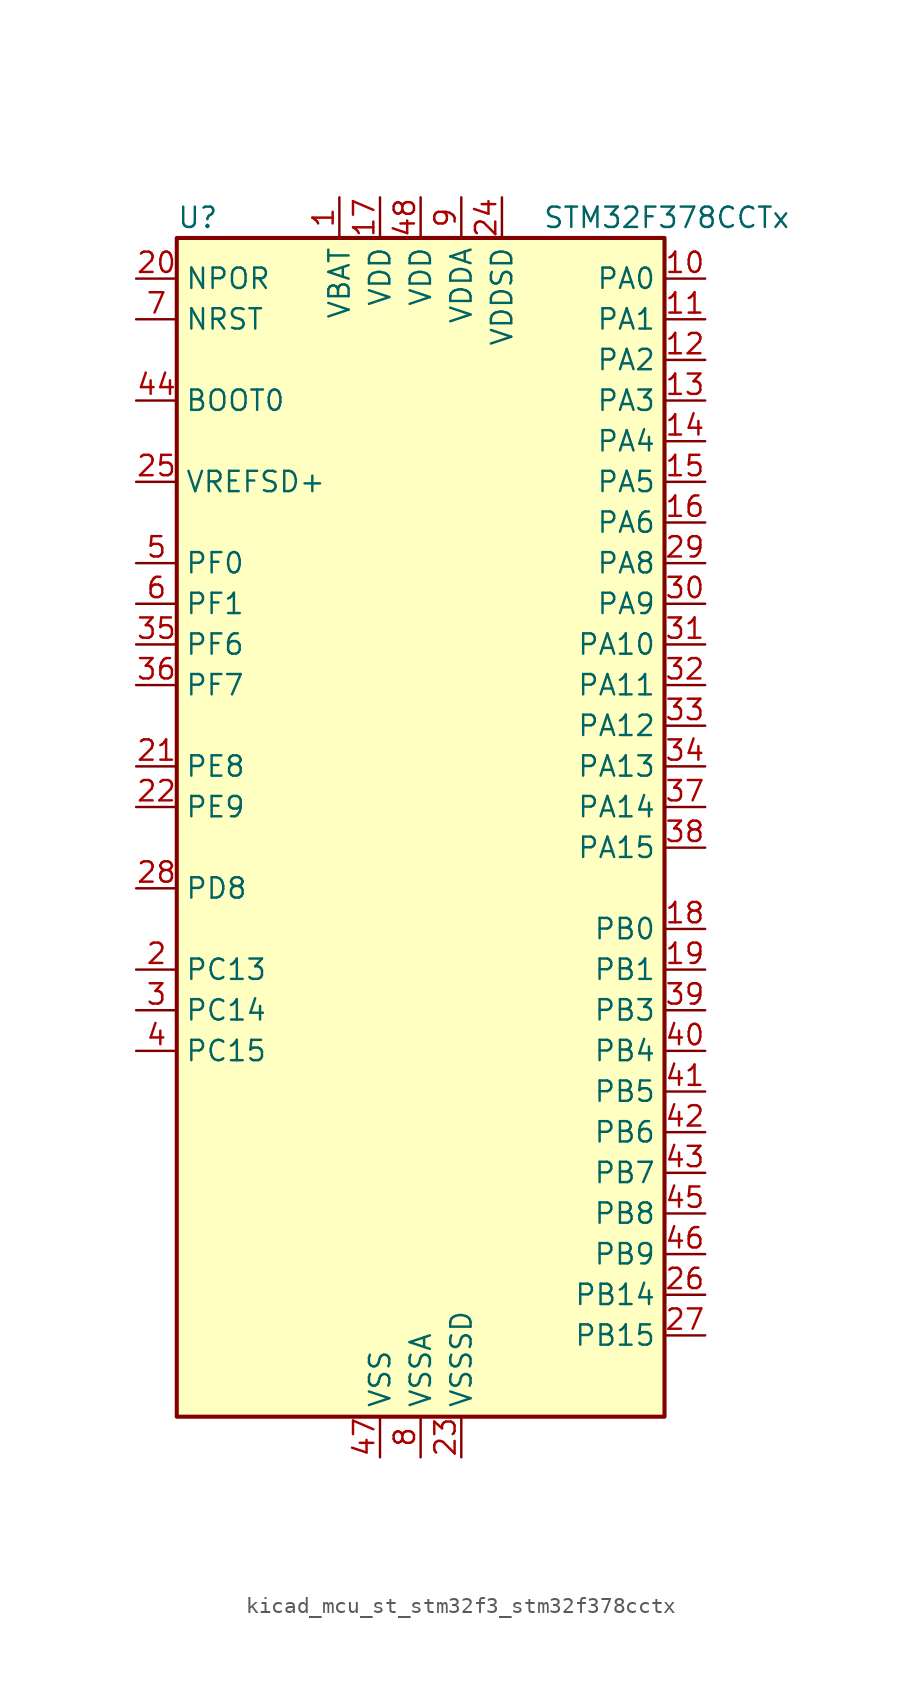
<source format=kicad_sym>
(kicad_symbol_lib
  (version 20220914)
  (generator kicad_symbol_editor)
  (symbol "kicad_mcu_st_stm32f3_stm32f378cctx"
    (property "Reference" "U"
      (at -15.24 39.37 0)
      (effects (font (size 1.27 1.27)) (justify left)))
    (property "Value" "STM32F378CCTx"
      (at 7.62 39.37 0)
      (effects (font (size 1.27 1.27)) (justify left)))
    (property "ki_locked" ""
      (at 0 0 0)
      (effects (font (size 1.27 1.27))))
    (symbol "kicad_mcu_st_stm32f3_stm32f378cctx_0_1"
      (rectangle (start -15.24 -35.56) (end 15.24 38.1) (stroke (width 0.254) (type default)) (fill (type background))))
    (symbol "kicad_mcu_st_stm32f3_stm32f378cctx_1_1"
      (pin power_in line (at -5.08 40.64 270) (length 2.54) (name "VBAT" (effects (font (size 1.27 1.27)))) (number "1" (effects (font (size 1.27 1.27)))))
      (pin bidirectional line (at 17.78 35.56 180) (length 2.54) (name "PA0" (effects (font (size 1.27 1.27)))) (number "10" (effects (font (size 1.27 1.27)))) (alternate "ADC1_IN0" bidirectional line) (alternate "COMP1_INM" bidirectional line) (alternate "COMP1_OUT" bidirectional line) (alternate "RTC_TAMP2" bidirectional line) (alternate "SYS_WKUP1" bidirectional line) (alternate "TIM19_CH1" bidirectional line) (alternate "TIM2_CH1" bidirectional line) (alternate "TIM2_ETR" bidirectional line) (alternate "TIM5_CH1" bidirectional line) (alternate "TIM5_ETR" bidirectional line) (alternate "TSC_G1_IO1" bidirectional line) (alternate "USART2_CTS" bidirectional line))
      (pin bidirectional line (at 17.78 33.02 180) (length 2.54) (name "PA1" (effects (font (size 1.27 1.27)))) (number "11" (effects (font (size 1.27 1.27)))) (alternate "ADC1_IN1" bidirectional line) (alternate "COMP1_INP" bidirectional line) (alternate "I2S3_CK" bidirectional line) (alternate "RTC_REFIN" bidirectional line) (alternate "SPI3_SCK" bidirectional line) (alternate "TIM15_CH1N" bidirectional line) (alternate "TIM19_CH2" bidirectional line) (alternate "TIM2_CH2" bidirectional line) (alternate "TIM5_CH2" bidirectional line) (alternate "TSC_G1_IO2" bidirectional line) (alternate "USART2_DE" bidirectional line) (alternate "USART2_RTS" bidirectional line))
      (pin bidirectional line (at 17.78 30.48 180) (length 2.54) (name "PA2" (effects (font (size 1.27 1.27)))) (number "12" (effects (font (size 1.27 1.27)))) (alternate "ADC1_IN2" bidirectional line) (alternate "COMP2_INM" bidirectional line) (alternate "COMP2_OUT" bidirectional line) (alternate "I2S3_MCK" bidirectional line) (alternate "SPI3_MISO" bidirectional line) (alternate "TIM15_CH1" bidirectional line) (alternate "TIM19_CH3" bidirectional line) (alternate "TIM2_CH3" bidirectional line) (alternate "TIM5_CH3" bidirectional line) (alternate "TSC_G1_IO3" bidirectional line) (alternate "USART2_TX" bidirectional line))
      (pin bidirectional line (at 17.78 27.94 180) (length 2.54) (name "PA3" (effects (font (size 1.27 1.27)))) (number "13" (effects (font (size 1.27 1.27)))) (alternate "ADC1_IN3" bidirectional line) (alternate "COMP2_INP" bidirectional line) (alternate "I2S3_SD" bidirectional line) (alternate "SPI3_MOSI" bidirectional line) (alternate "TIM15_CH2" bidirectional line) (alternate "TIM19_CH4" bidirectional line) (alternate "TIM2_CH4" bidirectional line) (alternate "TIM5_CH4" bidirectional line) (alternate "TSC_G1_IO4" bidirectional line) (alternate "USART2_RX" bidirectional line))
      (pin bidirectional line (at 17.78 25.4 180) (length 2.54) (name "PA4" (effects (font (size 1.27 1.27)))) (number "14" (effects (font (size 1.27 1.27)))) (alternate "ADC1_IN4" bidirectional line) (alternate "DAC1_OUT1" bidirectional line) (alternate "I2S1_WS" bidirectional line) (alternate "I2S3_WS" bidirectional line) (alternate "SPI1_NSS" bidirectional line) (alternate "SPI3_NSS" bidirectional line) (alternate "TIM12_CH1" bidirectional line) (alternate "TIM3_CH2" bidirectional line) (alternate "TSC_G2_IO1" bidirectional line) (alternate "USART2_CK" bidirectional line))
      (pin bidirectional line (at 17.78 22.86 180) (length 2.54) (name "PA5" (effects (font (size 1.27 1.27)))) (number "15" (effects (font (size 1.27 1.27)))) (alternate "ADC1_IN5" bidirectional line) (alternate "CEC" bidirectional line) (alternate "DAC1_OUT2" bidirectional line) (alternate "I2S1_CK" bidirectional line) (alternate "SPI1_SCK" bidirectional line) (alternate "TIM12_CH2" bidirectional line) (alternate "TIM14_CH1" bidirectional line) (alternate "TIM2_CH1" bidirectional line) (alternate "TIM2_ETR" bidirectional line) (alternate "TSC_G2_IO2" bidirectional line))
      (pin bidirectional line (at 17.78 20.32 180) (length 2.54) (name "PA6" (effects (font (size 1.27 1.27)))) (number "16" (effects (font (size 1.27 1.27)))) (alternate "ADC1_IN6" bidirectional line) (alternate "COMP1_OUT" bidirectional line) (alternate "DAC2_OUT1" bidirectional line) (alternate "I2S1_MCK" bidirectional line) (alternate "SPI1_MISO" bidirectional line) (alternate "TIM13_CH1" bidirectional line) (alternate "TIM16_CH1" bidirectional line) (alternate "TIM3_CH1" bidirectional line) (alternate "TSC_G2_IO3" bidirectional line))
      (pin power_in line (at -2.54 40.64 270) (length 2.54) (name "VDD" (effects (font (size 1.27 1.27)))) (number "17" (effects (font (size 1.27 1.27)))))
      (pin bidirectional line (at 17.78 -5.08 180) (length 2.54) (name "PB0" (effects (font (size 1.27 1.27)))) (number "18" (effects (font (size 1.27 1.27)))) (alternate "ADC1_IN8" bidirectional line) (alternate "I2S1_SD" bidirectional line) (alternate "SDADC1_AIN6P" bidirectional line) (alternate "SPI1_MOSI" bidirectional line) (alternate "TIM3_CH2" bidirectional line) (alternate "TIM3_CH3" bidirectional line) (alternate "TSC_G3_IO3" bidirectional line))
      (pin bidirectional line (at 17.78 -7.62 180) (length 2.54) (name "PB1" (effects (font (size 1.27 1.27)))) (number "19" (effects (font (size 1.27 1.27)))) (alternate "ADC1_IN9" bidirectional line) (alternate "SDADC1_AIN5P" bidirectional line) (alternate "SDADC1_AIN6M" bidirectional line) (alternate "TIM3_CH4" bidirectional line) (alternate "TSC_G3_IO4" bidirectional line))
      (pin bidirectional line (at -17.78 -7.62 0) (length 2.54) (name "PC13" (effects (font (size 1.27 1.27)))) (number "2" (effects (font (size 1.27 1.27)))) (alternate "RTC_OUT_ALARM" bidirectional line) (alternate "RTC_OUT_CALIB" bidirectional line) (alternate "RTC_TAMP1" bidirectional line) (alternate "RTC_TS" bidirectional line) (alternate "SYS_WKUP2" bidirectional line))
      (pin input line (at -17.78 35.56 0) (length 2.54) (name "NPOR" (effects (font (size 1.27 1.27)))) (number "20" (effects (font (size 1.27 1.27)))))
      (pin bidirectional line (at -17.78 5.08 0) (length 2.54) (name "PE8" (effects (font (size 1.27 1.27)))) (number "21" (effects (font (size 1.27 1.27)))) (alternate "SDADC1_AIN8P" bidirectional line) (alternate "SDADC2_AIN8P" bidirectional line))
      (pin bidirectional line (at -17.78 2.54 0) (length 2.54) (name "PE9" (effects (font (size 1.27 1.27)))) (number "22" (effects (font (size 1.27 1.27)))) (alternate "DAC1_EXTI9" bidirectional line) (alternate "DAC2_EXTI9" bidirectional line) (alternate "SDADC1_AIN7P" bidirectional line) (alternate "SDADC1_AIN8M" bidirectional line) (alternate "SDADC2_AIN7P" bidirectional line) (alternate "SDADC2_AIN8M" bidirectional line))
      (pin power_in line (at 2.54 -38.1 90) (length 2.54) (name "VSSSD" (effects (font (size 1.27 1.27)))) (number "23" (effects (font (size 1.27 1.27)))))
      (pin power_in line (at 5.08 40.64 270) (length 2.54) (name "VDDSD" (effects (font (size 1.27 1.27)))) (number "24" (effects (font (size 1.27 1.27)))))
      (pin input line (at -17.78 22.86 0) (length 2.54) (name "VREFSD+" (effects (font (size 1.27 1.27)))) (number "25" (effects (font (size 1.27 1.27)))))
      (pin bidirectional line (at 17.78 -27.94 180) (length 2.54) (name "PB14" (effects (font (size 1.27 1.27)))) (number "26" (effects (font (size 1.27 1.27)))) (alternate "I2S2_MCK" bidirectional line) (alternate "SDADC3_AIN8P" bidirectional line) (alternate "SPI2_MISO" bidirectional line) (alternate "TIM12_CH1" bidirectional line) (alternate "TIM15_CH1" bidirectional line) (alternate "TSC_G6_IO1" bidirectional line) (alternate "USART3_DE" bidirectional line) (alternate "USART3_RTS" bidirectional line))
      (pin bidirectional line (at 17.78 -30.48 180) (length 2.54) (name "PB15" (effects (font (size 1.27 1.27)))) (number "27" (effects (font (size 1.27 1.27)))) (alternate "ADC1_EXTI15" bidirectional line) (alternate "I2S2_SD" bidirectional line) (alternate "RTC_REFIN" bidirectional line) (alternate "SDADC1_EXTI15" bidirectional line) (alternate "SDADC2_EXTI15" bidirectional line) (alternate "SDADC3_AIN7P" bidirectional line) (alternate "SDADC3_AIN8M" bidirectional line) (alternate "SDADC3_EXTI15" bidirectional line) (alternate "SPI2_MOSI" bidirectional line) (alternate "TIM12_CH2" bidirectional line) (alternate "TIM15_CH1N" bidirectional line) (alternate "TIM15_CH2" bidirectional line) (alternate "TSC_G6_IO2" bidirectional line))
      (pin bidirectional line (at -17.78 -2.54 0) (length 2.54) (name "PD8" (effects (font (size 1.27 1.27)))) (number "28" (effects (font (size 1.27 1.27)))) (alternate "I2S2_CK" bidirectional line) (alternate "SDADC3_AIN6P" bidirectional line) (alternate "SPI2_SCK" bidirectional line) (alternate "TSC_G6_IO3" bidirectional line) (alternate "USART3_TX" bidirectional line))
      (pin bidirectional line (at 17.78 17.78 180) (length 2.54) (name "PA8" (effects (font (size 1.27 1.27)))) (number "29" (effects (font (size 1.27 1.27)))) (alternate "I2C2_SMBA" bidirectional line) (alternate "I2S2_CK" bidirectional line) (alternate "RCC_MCO" bidirectional line) (alternate "SPI2_SCK" bidirectional line) (alternate "TIM4_ETR" bidirectional line) (alternate "TIM5_CH1" bidirectional line) (alternate "TIM5_ETR" bidirectional line) (alternate "USART1_CK" bidirectional line))
      (pin bidirectional line (at -17.78 -10.16 0) (length 2.54) (name "PC14" (effects (font (size 1.27 1.27)))) (number "3" (effects (font (size 1.27 1.27)))) (alternate "RCC_OSC32_IN" bidirectional line))
      (pin bidirectional line (at 17.78 15.24 180) (length 2.54) (name "PA9" (effects (font (size 1.27 1.27)))) (number "30" (effects (font (size 1.27 1.27)))) (alternate "DAC1_EXTI9" bidirectional line) (alternate "DAC2_EXTI9" bidirectional line) (alternate "I2C2_SCL" bidirectional line) (alternate "I2S2_MCK" bidirectional line) (alternate "SPI2_MISO" bidirectional line) (alternate "TIM13_CH1" bidirectional line) (alternate "TIM15_BKIN" bidirectional line) (alternate "TIM2_CH3" bidirectional line) (alternate "TSC_G4_IO1" bidirectional line) (alternate "USART1_TX" bidirectional line))
      (pin bidirectional line (at 17.78 12.7 180) (length 2.54) (name "PA10" (effects (font (size 1.27 1.27)))) (number "31" (effects (font (size 1.27 1.27)))) (alternate "I2C2_SDA" bidirectional line) (alternate "I2S2_SD" bidirectional line) (alternate "SPI2_MOSI" bidirectional line) (alternate "TIM14_CH1" bidirectional line) (alternate "TIM17_BKIN" bidirectional line) (alternate "TIM2_CH4" bidirectional line) (alternate "TSC_G4_IO2" bidirectional line) (alternate "USART1_RX" bidirectional line))
      (pin bidirectional line (at 17.78 10.16 180) (length 2.54) (name "PA11" (effects (font (size 1.27 1.27)))) (number "32" (effects (font (size 1.27 1.27)))) (alternate "ADC1_EXTI11" bidirectional line) (alternate "CAN_RX" bidirectional line) (alternate "COMP1_OUT" bidirectional line) (alternate "I2S1_WS" bidirectional line) (alternate "I2S2_WS" bidirectional line) (alternate "SDADC1_EXTI11" bidirectional line) (alternate "SDADC2_EXTI11" bidirectional line) (alternate "SDADC3_EXTI11" bidirectional line) (alternate "SPI1_NSS" bidirectional line) (alternate "SPI2_NSS" bidirectional line) (alternate "TIM4_CH1" bidirectional line) (alternate "TIM5_CH2" bidirectional line) (alternate "USART1_CTS" bidirectional line))
      (pin bidirectional line (at 17.78 7.62 180) (length 2.54) (name "PA12" (effects (font (size 1.27 1.27)))) (number "33" (effects (font (size 1.27 1.27)))) (alternate "CAN_TX" bidirectional line) (alternate "COMP2_OUT" bidirectional line) (alternate "I2S1_CK" bidirectional line) (alternate "SPI1_SCK" bidirectional line) (alternate "TIM16_CH1" bidirectional line) (alternate "TIM4_CH2" bidirectional line) (alternate "TIM5_CH3" bidirectional line) (alternate "USART1_DE" bidirectional line) (alternate "USART1_RTS" bidirectional line))
      (pin bidirectional line (at 17.78 5.08 180) (length 2.54) (name "PA13" (effects (font (size 1.27 1.27)))) (number "34" (effects (font (size 1.27 1.27)))) (alternate "I2S1_MCK" bidirectional line) (alternate "IR_OUT" bidirectional line) (alternate "SPI1_MISO" bidirectional line) (alternate "SYS_JTMS-SWDIO" bidirectional line) (alternate "TIM16_CH1N" bidirectional line) (alternate "TIM4_CH3" bidirectional line) (alternate "TIM5_CH4" bidirectional line) (alternate "TSC_G4_IO3" bidirectional line) (alternate "USART3_CTS" bidirectional line))
      (pin bidirectional line (at -17.78 12.7 0) (length 2.54) (name "PF6" (effects (font (size 1.27 1.27)))) (number "35" (effects (font (size 1.27 1.27)))) (alternate "I2C2_SCL" bidirectional line) (alternate "I2S1_SD" bidirectional line) (alternate "SPI1_MOSI" bidirectional line) (alternate "TIM4_CH4" bidirectional line) (alternate "USART3_DE" bidirectional line) (alternate "USART3_RTS" bidirectional line))
      (pin bidirectional line (at -17.78 10.16 0) (length 2.54) (name "PF7" (effects (font (size 1.27 1.27)))) (number "36" (effects (font (size 1.27 1.27)))) (alternate "I2C2_SDA" bidirectional line) (alternate "USART2_CK" bidirectional line))
      (pin bidirectional line (at 17.78 2.54 180) (length 2.54) (name "PA14" (effects (font (size 1.27 1.27)))) (number "37" (effects (font (size 1.27 1.27)))) (alternate "I2C1_SDA" bidirectional line) (alternate "SYS_JTCK-SWCLK" bidirectional line) (alternate "TIM12_CH1" bidirectional line) (alternate "TSC_G4_IO4" bidirectional line))
      (pin bidirectional line (at 17.78 0 180) (length 2.54) (name "PA15" (effects (font (size 1.27 1.27)))) (number "38" (effects (font (size 1.27 1.27)))) (alternate "ADC1_EXTI15" bidirectional line) (alternate "I2C1_SCL" bidirectional line) (alternate "I2S1_WS" bidirectional line) (alternate "I2S3_WS" bidirectional line) (alternate "SDADC1_EXTI15" bidirectional line) (alternate "SDADC2_EXTI15" bidirectional line) (alternate "SDADC3_EXTI15" bidirectional line) (alternate "SPI1_NSS" bidirectional line) (alternate "SPI3_NSS" bidirectional line) (alternate "SYS_JTDI" bidirectional line) (alternate "TIM12_CH2" bidirectional line) (alternate "TIM2_CH1" bidirectional line) (alternate "TIM2_ETR" bidirectional line) (alternate "TSC_SYNC" bidirectional line))
      (pin bidirectional line (at 17.78 -10.16 180) (length 2.54) (name "PB3" (effects (font (size 1.27 1.27)))) (number "39" (effects (font (size 1.27 1.27)))) (alternate "I2S1_CK" bidirectional line) (alternate "I2S3_CK" bidirectional line) (alternate "SPI1_SCK" bidirectional line) (alternate "SPI3_SCK" bidirectional line) (alternate "SYS_JTDO-TRACESWO" bidirectional line) (alternate "TIM13_CH1" bidirectional line) (alternate "TIM2_CH2" bidirectional line) (alternate "TIM3_ETR" bidirectional line) (alternate "TIM4_ETR" bidirectional line) (alternate "TSC_G5_IO1" bidirectional line) (alternate "USART2_TX" bidirectional line))
      (pin bidirectional line (at -17.78 -12.7 0) (length 2.54) (name "PC15" (effects (font (size 1.27 1.27)))) (number "4" (effects (font (size 1.27 1.27)))) (alternate "ADC1_EXTI15" bidirectional line) (alternate "RCC_OSC32_OUT" bidirectional line) (alternate "SDADC1_EXTI15" bidirectional line) (alternate "SDADC2_EXTI15" bidirectional line) (alternate "SDADC3_EXTI15" bidirectional line))
      (pin bidirectional line (at 17.78 -12.7 180) (length 2.54) (name "PB4" (effects (font (size 1.27 1.27)))) (number "40" (effects (font (size 1.27 1.27)))) (alternate "I2S1_MCK" bidirectional line) (alternate "I2S3_MCK" bidirectional line) (alternate "SPI1_MISO" bidirectional line) (alternate "SPI3_MISO" bidirectional line) (alternate "SYS_NJTRST" bidirectional line) (alternate "TIM15_CH1N" bidirectional line) (alternate "TIM16_CH1" bidirectional line) (alternate "TIM17_BKIN" bidirectional line) (alternate "TIM3_CH1" bidirectional line) (alternate "TSC_G5_IO2" bidirectional line) (alternate "USART2_RX" bidirectional line))
      (pin bidirectional line (at 17.78 -15.24 180) (length 2.54) (name "PB5" (effects (font (size 1.27 1.27)))) (number "41" (effects (font (size 1.27 1.27)))) (alternate "I2C1_SMBA" bidirectional line) (alternate "I2S1_SD" bidirectional line) (alternate "I2S3_SD" bidirectional line) (alternate "SPI1_MOSI" bidirectional line) (alternate "SPI3_MOSI" bidirectional line) (alternate "TIM16_BKIN" bidirectional line) (alternate "TIM17_CH1" bidirectional line) (alternate "TIM19_ETR" bidirectional line) (alternate "TIM3_CH2" bidirectional line) (alternate "USART2_CK" bidirectional line))
      (pin bidirectional line (at 17.78 -17.78 180) (length 2.54) (name "PB6" (effects (font (size 1.27 1.27)))) (number "42" (effects (font (size 1.27 1.27)))) (alternate "I2C1_SCL" bidirectional line) (alternate "TIM15_CH1" bidirectional line) (alternate "TIM16_CH1N" bidirectional line) (alternate "TIM19_CH1" bidirectional line) (alternate "TIM3_CH3" bidirectional line) (alternate "TIM4_CH1" bidirectional line) (alternate "TSC_G5_IO3" bidirectional line) (alternate "USART1_TX" bidirectional line))
      (pin bidirectional line (at 17.78 -20.32 180) (length 2.54) (name "PB7" (effects (font (size 1.27 1.27)))) (number "43" (effects (font (size 1.27 1.27)))) (alternate "I2C1_SDA" bidirectional line) (alternate "TIM15_CH2" bidirectional line) (alternate "TIM17_CH1N" bidirectional line) (alternate "TIM19_CH2" bidirectional line) (alternate "TIM3_CH4" bidirectional line) (alternate "TIM4_CH2" bidirectional line) (alternate "TSC_G5_IO4" bidirectional line) (alternate "USART1_RX" bidirectional line))
      (pin input line (at -17.78 27.94 0) (length 2.54) (name "BOOT0" (effects (font (size 1.27 1.27)))) (number "44" (effects (font (size 1.27 1.27)))))
      (pin bidirectional line (at 17.78 -22.86 180) (length 2.54) (name "PB8" (effects (font (size 1.27 1.27)))) (number "45" (effects (font (size 1.27 1.27)))) (alternate "CAN_RX" bidirectional line) (alternate "CEC" bidirectional line) (alternate "COMP1_OUT" bidirectional line) (alternate "I2C1_SCL" bidirectional line) (alternate "I2S2_CK" bidirectional line) (alternate "SPI2_SCK" bidirectional line) (alternate "TIM16_CH1" bidirectional line) (alternate "TIM19_CH3" bidirectional line) (alternate "TIM4_CH3" bidirectional line) (alternate "TSC_SYNC" bidirectional line) (alternate "USART3_TX" bidirectional line))
      (pin bidirectional line (at 17.78 -25.4 180) (length 2.54) (name "PB9" (effects (font (size 1.27 1.27)))) (number "46" (effects (font (size 1.27 1.27)))) (alternate "CAN_TX" bidirectional line) (alternate "COMP2_OUT" bidirectional line) (alternate "DAC1_EXTI9" bidirectional line) (alternate "DAC2_EXTI9" bidirectional line) (alternate "I2C1_SDA" bidirectional line) (alternate "I2S2_WS" bidirectional line) (alternate "IR_OUT" bidirectional line) (alternate "SPI2_NSS" bidirectional line) (alternate "TIM17_CH1" bidirectional line) (alternate "TIM19_CH4" bidirectional line) (alternate "TIM4_CH4" bidirectional line) (alternate "USART3_RX" bidirectional line))
      (pin power_in line (at -2.54 -38.1 90) (length 2.54) (name "VSS" (effects (font (size 1.27 1.27)))) (number "47" (effects (font (size 1.27 1.27)))))
      (pin power_in line (at 0 40.64 270) (length 2.54) (name "VDD" (effects (font (size 1.27 1.27)))) (number "48" (effects (font (size 1.27 1.27)))))
      (pin bidirectional line (at -17.78 17.78 0) (length 2.54) (name "PF0" (effects (font (size 1.27 1.27)))) (number "5" (effects (font (size 1.27 1.27)))) (alternate "I2C2_SDA" bidirectional line) (alternate "RCC_OSC_IN" bidirectional line))
      (pin bidirectional line (at -17.78 15.24 0) (length 2.54) (name "PF1" (effects (font (size 1.27 1.27)))) (number "6" (effects (font (size 1.27 1.27)))) (alternate "I2C2_SCL" bidirectional line) (alternate "RCC_OSC_OUT" bidirectional line))
      (pin input line (at -17.78 33.02 0) (length 2.54) (name "NRST" (effects (font (size 1.27 1.27)))) (number "7" (effects (font (size 1.27 1.27)))))
      (pin power_in line (at 0 -38.1 90) (length 2.54) (name "VSSA" (effects (font (size 1.27 1.27)))) (number "8" (effects (font (size 1.27 1.27)))))
      (pin power_in line (at 2.54 40.64 270) (length 2.54) (name "VDDA" (effects (font (size 1.27 1.27)))) (number "9" (effects (font (size 1.27 1.27))))))))
</source>
